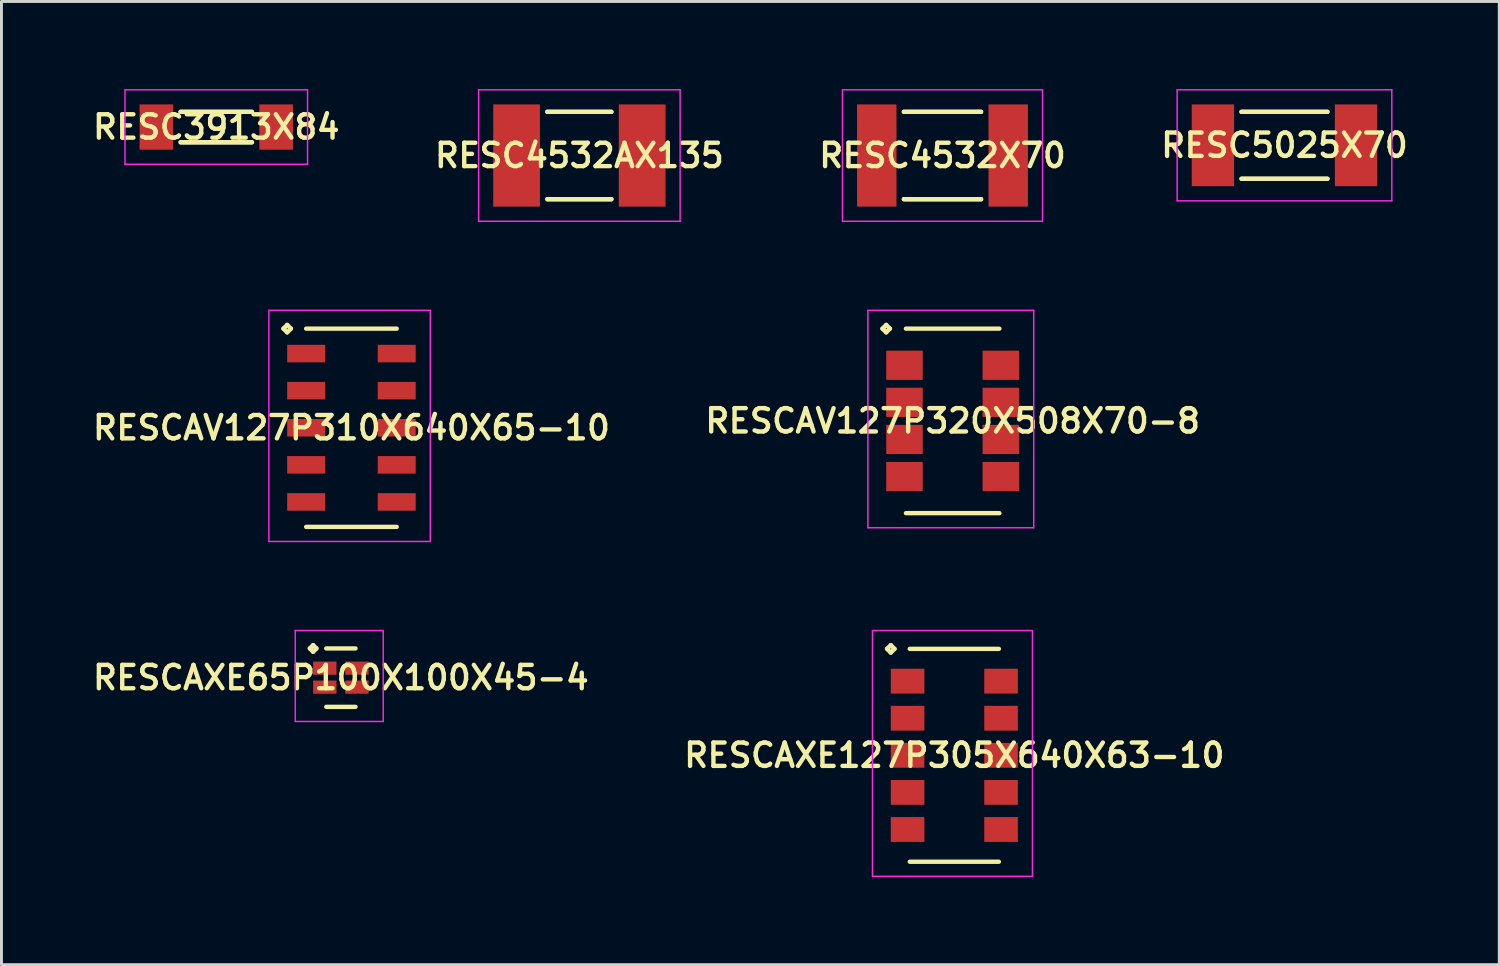
<source format=kicad_pcb>
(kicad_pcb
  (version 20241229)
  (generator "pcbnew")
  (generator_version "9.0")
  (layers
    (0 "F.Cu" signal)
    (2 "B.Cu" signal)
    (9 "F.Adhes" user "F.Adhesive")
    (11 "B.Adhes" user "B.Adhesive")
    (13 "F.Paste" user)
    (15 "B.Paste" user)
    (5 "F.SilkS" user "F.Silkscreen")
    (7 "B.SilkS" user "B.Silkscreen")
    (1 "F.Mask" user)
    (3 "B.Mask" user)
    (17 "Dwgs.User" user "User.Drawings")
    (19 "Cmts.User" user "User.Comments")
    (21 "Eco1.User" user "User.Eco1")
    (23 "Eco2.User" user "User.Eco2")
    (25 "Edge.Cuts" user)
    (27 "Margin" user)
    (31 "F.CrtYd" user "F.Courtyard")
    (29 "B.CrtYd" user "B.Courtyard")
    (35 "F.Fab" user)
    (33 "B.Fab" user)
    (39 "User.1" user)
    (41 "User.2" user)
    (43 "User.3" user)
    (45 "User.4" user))
  (footprint "RESC4532X70"
    (layer "F.Cu")
    (at 29.22 2.275)
    (property "Reference" "RESC4532X70" (at 0 0 0) (layer "F.SilkS") (effects (font (size 0.8 0.8) (thickness 0.15))))
    (attr smd)
    (fp_line (start -1.321 -1.496) (end 1.321 -1.496) (stroke (width 0.15) (type solid)) (layer "F.SilkS"))
    (fp_line (start -1.321 1.496) (end 1.321 1.496) (stroke (width 0.15) (type solid)) (layer "F.SilkS"))
    (fp_line (start 1.321 -1.496) (end -1.321 -1.496) (stroke (width 0.15) (type solid)) (layer "F.SilkS"))
    (fp_line (start 1.321 1.496) (end -1.321 1.496) (stroke (width 0.15) (type solid)) (layer "F.SilkS"))
    (fp_line (start -3.425 -2.25) (end 3.425 -2.25) (stroke (width 0.05) (type solid)) (layer "F.CrtYd"))
    (fp_line (start -3.425 2.25) (end -3.425 -2.25) (stroke (width 0.05) (type solid)) (layer "F.CrtYd"))
    (fp_line (start 3.425 -2.25) (end 3.425 2.25) (stroke (width 0.05) (type solid)) (layer "F.CrtYd"))
    (fp_line (start 3.425 2.25) (end -3.425 2.25) (stroke (width 0.05) (type solid)) (layer "F.CrtYd"))
    (pad "1" smd rect (at -2.25 0) (size 1.35 3.5) (layers "F.Cu" "F.Mask" "F.Paste"))
    (pad "2" smd rect (at 2.25 0) (size 1.35 3.5) (layers "F.Cu" "F.Mask" "F.Paste")))
  (footprint "RESCAXE127P305X640X63-10"
    (layer "F.Cu")
    (at 29.625 22.811)
    (property "Reference" "RESCAXE127P305X640X63-10" (at 0 0 0) (layer "F.SilkS") (effects (font (size 0.8 0.8) (thickness 0.15))))
    (attr smd)
    (fp_line (start -2.302 -3.644) (end -2.175 -3.771) (stroke (width 0.15) (type solid)) (layer "F.SilkS"))
    (fp_line (start -2.175 -3.771) (end -2.048 -3.644) (stroke (width 0.15) (type solid)) (layer "F.SilkS"))
    (fp_line (start -2.175 -3.517) (end -2.302 -3.644) (stroke (width 0.15) (type solid)) (layer "F.SilkS"))
    (fp_line (start -2.048 -3.644) (end -2.175 -3.517) (stroke (width 0.15) (type solid)) (layer "F.SilkS"))
    (fp_line (start -1.525 -3.644) (end 1.525 -3.644) (stroke (width 0.15) (type solid)) (layer "F.SilkS"))
    (fp_line (start -1.525 3.644) (end 1.525 3.644) (stroke (width 0.15) (type solid)) (layer "F.SilkS"))
    (fp_line (start -2.802 -4.271) (end 2.675 -4.271) (stroke (width 0.05) (type solid)) (layer "F.CrtYd"))
    (fp_line (start -2.802 4.144) (end -2.802 -4.271) (stroke (width 0.05) (type solid)) (layer "F.CrtYd"))
    (fp_line (start 2.675 -4.271) (end 2.675 4.144) (stroke (width 0.05) (type solid)) (layer "F.CrtYd"))
    (fp_line (start 2.675 4.144) (end -2.802 4.144) (stroke (width 0.05) (type solid)) (layer "F.CrtYd"))
    (pad "1" smd rect (at -1.6 -2.54) (size 1.15 0.85) (layers "F.Cu" "F.Mask" "F.Paste"))
    (pad "2" smd rect (at -1.6 -1.27) (size 1.15 0.85) (layers "F.Cu" "F.Mask" "F.Paste"))
    (pad "3" smd rect (at -1.6 0) (size 1.15 0.85) (layers "F.Cu" "F.Mask" "F.Paste"))
    (pad "4" smd rect (at -1.6 1.27) (size 1.15 0.85) (layers "F.Cu" "F.Mask" "F.Paste"))
    (pad "5" smd rect (at -1.6 2.54) (size 1.15 0.85) (layers "F.Cu" "F.Mask" "F.Paste"))
    (pad "6" smd rect (at 1.6 2.54) (size 1.15 0.85) (layers "F.Cu" "F.Mask" "F.Paste"))
    (pad "7" smd rect (at 1.6 1.27) (size 1.15 0.85) (layers "F.Cu" "F.Mask" "F.Paste"))
    (pad "8" smd rect (at 1.6 0) (size 1.15 0.85) (layers "F.Cu" "F.Mask" "F.Paste"))
    (pad "9" smd rect (at 1.6 -1.27) (size 1.15 0.85) (layers "F.Cu" "F.Mask" "F.Paste"))
    (pad "10" smd rect (at 1.6 -2.54) (size 1.15 0.85) (layers "F.Cu" "F.Mask" "F.Paste")))
  (footprint "RESC5025X70"
    (layer "F.Cu")
    (at 40.929 1.925)
    (property "Reference" "RESC5025X70" (at 0 0 0) (layer "F.SilkS") (effects (font (size 0.8 0.8) (thickness 0.15))))
    (attr smd)
    (fp_line (start -1.471 -1.146) (end 1.471 -1.146) (stroke (width 0.15) (type solid)) (layer "F.SilkS"))
    (fp_line (start -1.471 1.146) (end 1.471 1.146) (stroke (width 0.15) (type solid)) (layer "F.SilkS"))
    (fp_line (start 1.471 -1.146) (end -1.471 -1.146) (stroke (width 0.15) (type solid)) (layer "F.SilkS"))
    (fp_line (start 1.471 1.146) (end -1.471 1.146) (stroke (width 0.15) (type solid)) (layer "F.SilkS"))
    (fp_line (start -3.675 -1.9) (end 3.675 -1.9) (stroke (width 0.05) (type solid)) (layer "F.CrtYd"))
    (fp_line (start -3.675 1.9) (end -3.675 -1.9) (stroke (width 0.05) (type solid)) (layer "F.CrtYd"))
    (fp_line (start 3.675 -1.9) (end 3.675 1.9) (stroke (width 0.05) (type solid)) (layer "F.CrtYd"))
    (fp_line (start 3.675 1.9) (end -3.675 1.9) (stroke (width 0.05) (type solid)) (layer "F.CrtYd"))
    (pad "1" smd rect (at -2.45 0) (size 1.45 2.8) (layers "F.Cu" "F.Mask" "F.Paste"))
    (pad "2" smd rect (at 2.45 0) (size 1.45 2.8) (layers "F.Cu" "F.Mask" "F.Paste")))
  (footprint "RESC4532AX135"
    (layer "F.Cu")
    (at 16.787 2.275)
    (property "Reference" "RESC4532AX135" (at 0 0 0) (layer "F.SilkS") (effects (font (size 0.8 0.8) (thickness 0.15))))
    (attr smd)
    (fp_line (start -1.096 -1.496) (end 1.096 -1.496) (stroke (width 0.15) (type solid)) (layer "F.SilkS"))
    (fp_line (start -1.096 1.496) (end 1.096 1.496) (stroke (width 0.15) (type solid)) (layer "F.SilkS"))
    (fp_line (start 1.096 -1.496) (end -1.096 -1.496) (stroke (width 0.15) (type solid)) (layer "F.SilkS"))
    (fp_line (start 1.096 1.496) (end -1.096 1.496) (stroke (width 0.15) (type solid)) (layer "F.SilkS"))
    (fp_line (start -3.45 -2.25) (end 3.45 -2.25) (stroke (width 0.05) (type solid)) (layer "F.CrtYd"))
    (fp_line (start -3.45 2.25) (end -3.45 -2.25) (stroke (width 0.05) (type solid)) (layer "F.CrtYd"))
    (fp_line (start 3.45 -2.25) (end 3.45 2.25) (stroke (width 0.05) (type solid)) (layer "F.CrtYd"))
    (fp_line (start 3.45 2.25) (end -3.45 2.25) (stroke (width 0.05) (type solid)) (layer "F.CrtYd"))
    (pad "1" smd rect (at -2.15 0) (size 1.6 3.5) (layers "F.Cu" "F.Mask" "F.Paste"))
    (pad "2" smd rect (at 2.15 0) (size 1.6 3.5) (layers "F.Cu" "F.Mask" "F.Paste")))
  (footprint "RESCAV127P320X508X70-8"
    (layer "F.Cu")
    (at 29.568 11.361)
    (property "Reference" "RESCAV127P320X508X70-8" (at 0 0 0) (layer "F.SilkS") (effects (font (size 0.8 0.8) (thickness 0.15))))
    (attr smd)
    (fp_line (start -2.402 -3.159) (end -2.275 -3.286) (stroke (width 0.15) (type solid)) (layer "F.SilkS"))
    (fp_line (start -2.275 -3.286) (end -2.148 -3.159) (stroke (width 0.15) (type solid)) (layer "F.SilkS"))
    (fp_line (start -2.275 -3.032) (end -2.402 -3.159) (stroke (width 0.15) (type solid)) (layer "F.SilkS"))
    (fp_line (start -2.148 -3.159) (end -2.275 -3.032) (stroke (width 0.15) (type solid)) (layer "F.SilkS"))
    (fp_line (start -1.6 -3.159) (end 1.6 -3.159) (stroke (width 0.15) (type solid)) (layer "F.SilkS"))
    (fp_line (start -1.6 3.159) (end 1.6 3.159) (stroke (width 0.15) (type solid)) (layer "F.SilkS"))
    (fp_line (start -2.902 -3.786) (end 2.775 -3.786) (stroke (width 0.05) (type solid)) (layer "F.CrtYd"))
    (fp_line (start -2.902 3.659) (end -2.902 -3.786) (stroke (width 0.05) (type solid)) (layer "F.CrtYd"))
    (fp_line (start 2.775 -3.786) (end 2.775 3.659) (stroke (width 0.05) (type solid)) (layer "F.CrtYd"))
    (fp_line (start 2.775 3.659) (end -2.902 3.659) (stroke (width 0.05) (type solid)) (layer "F.CrtYd"))
    (pad "1" smd rect (at -1.65 -1.905) (size 1.25 1) (layers "F.Cu" "F.Mask" "F.Paste"))
    (pad "2" smd rect (at -1.65 -0.635) (size 1.25 1) (layers "F.Cu" "F.Mask" "F.Paste"))
    (pad "3" smd rect (at -1.65 0.635) (size 1.25 1) (layers "F.Cu" "F.Mask" "F.Paste"))
    (pad "4" smd rect (at -1.65 1.905) (size 1.25 1) (layers "F.Cu" "F.Mask" "F.Paste"))
    (pad "5" smd rect (at 1.65 1.905) (size 1.25 1) (layers "F.Cu" "F.Mask" "F.Paste"))
    (pad "6" smd rect (at 1.65 0.635) (size 1.25 1) (layers "F.Cu" "F.Mask" "F.Paste"))
    (pad "7" smd rect (at 1.65 -0.635) (size 1.25 1) (layers "F.Cu" "F.Mask" "F.Paste"))
    (pad "8" smd rect (at 1.65 -1.905) (size 1.25 1) (layers "F.Cu" "F.Mask" "F.Paste")))
  (footprint "RESC3913X84"
    (layer "F.Cu")
    (at 4.355 1.3)
    (property "Reference" "RESC3913X84" (at 0 0 0) (layer "F.SilkS") (effects (font (size 0.8 0.8) (thickness 0.15))))
    (attr smd)
    (fp_line (start -1.221 -0.521) (end 1.221 -0.521) (stroke (width 0.15) (type solid)) (layer "F.SilkS"))
    (fp_line (start -1.221 0.521) (end 1.221 0.521) (stroke (width 0.15) (type solid)) (layer "F.SilkS"))
    (fp_line (start 1.221 -0.521) (end -1.221 -0.521) (stroke (width 0.15) (type solid)) (layer "F.SilkS"))
    (fp_line (start 1.221 0.521) (end -1.221 0.521) (stroke (width 0.15) (type solid)) (layer "F.SilkS"))
    (fp_line (start -3.125 -1.275) (end 3.125 -1.275) (stroke (width 0.05) (type solid)) (layer "F.CrtYd"))
    (fp_line (start -3.125 1.275) (end -3.125 -1.275) (stroke (width 0.05) (type solid)) (layer "F.CrtYd"))
    (fp_line (start 3.125 -1.275) (end 3.125 1.275) (stroke (width 0.05) (type solid)) (layer "F.CrtYd"))
    (fp_line (start 3.125 1.275) (end -3.125 1.275) (stroke (width 0.05) (type solid)) (layer "F.CrtYd"))
    (pad "1" smd rect (at -2.05 0) (size 1.15 1.55) (layers "F.Cu" "F.Mask" "F.Paste"))
    (pad "2" smd rect (at 2.05 0) (size 1.15 1.55) (layers "F.Cu" "F.Mask" "F.Paste")))
  (footprint "RESCAV127P310X640X65-10"
    (layer "F.Cu")
    (at 8.983 11.596)
    (property "Reference" "RESCAV127P310X640X65-10" (at 0 0 0) (layer "F.SilkS") (effects (font (size 0.8 0.8) (thickness 0.15))))
    (attr smd)
    (fp_line (start -2.327 -3.394) (end -2.2 -3.521) (stroke (width 0.15) (type solid)) (layer "F.SilkS"))
    (fp_line (start -2.2 -3.521) (end -2.073 -3.394) (stroke (width 0.15) (type solid)) (layer "F.SilkS"))
    (fp_line (start -2.2 -3.267) (end -2.327 -3.394) (stroke (width 0.15) (type solid)) (layer "F.SilkS"))
    (fp_line (start -2.073 -3.394) (end -2.2 -3.267) (stroke (width 0.15) (type solid)) (layer "F.SilkS"))
    (fp_line (start -1.55 -3.394) (end 1.55 -3.394) (stroke (width 0.15) (type solid)) (layer "F.SilkS"))
    (fp_line (start -1.55 3.394) (end 1.55 3.394) (stroke (width 0.15) (type solid)) (layer "F.SilkS"))
    (fp_line (start -2.827 -4.021) (end 2.7 -4.021) (stroke (width 0.05) (type solid)) (layer "F.CrtYd"))
    (fp_line (start -2.827 3.894) (end -2.827 -4.021) (stroke (width 0.05) (type solid)) (layer "F.CrtYd"))
    (fp_line (start 2.7 -4.021) (end 2.7 3.894) (stroke (width 0.05) (type solid)) (layer "F.CrtYd"))
    (fp_line (start 2.7 3.894) (end -2.827 3.894) (stroke (width 0.05) (type solid)) (layer "F.CrtYd"))
    (pad "1" smd rect (at -1.55 -2.54) (size 1.3 0.6) (layers "F.Cu" "F.Mask" "F.Paste"))
    (pad "2" smd rect (at -1.55 -1.27) (size 1.3 0.6) (layers "F.Cu" "F.Mask" "F.Paste"))
    (pad "3" smd rect (at -1.55 0) (size 1.3 0.6) (layers "F.Cu" "F.Mask" "F.Paste"))
    (pad "4" smd rect (at -1.55 1.27) (size 1.3 0.6) (layers "F.Cu" "F.Mask" "F.Paste"))
    (pad "5" smd rect (at -1.55 2.54) (size 1.3 0.6) (layers "F.Cu" "F.Mask" "F.Paste"))
    (pad "6" smd rect (at 1.55 2.54) (size 1.3 0.6) (layers "F.Cu" "F.Mask" "F.Paste"))
    (pad "7" smd rect (at 1.55 1.27) (size 1.3 0.6) (layers "F.Cu" "F.Mask" "F.Paste"))
    (pad "8" smd rect (at 1.55 0) (size 1.3 0.6) (layers "F.Cu" "F.Mask" "F.Paste"))
    (pad "9" smd rect (at 1.55 -1.27) (size 1.3 0.6) (layers "F.Cu" "F.Mask" "F.Paste"))
    (pad "10" smd rect (at 1.55 -2.54) (size 1.3 0.6) (layers "F.Cu" "F.Mask" "F.Paste")))
  (footprint "RESCAXE65P100X100X45-4"
    (layer "F.Cu")
    (at 8.621 20.152)
    (property "Reference" "RESCAXE65P100X100X45-4" (at 0 0 0) (layer "F.SilkS") (effects (font (size 0.8 0.8) (thickness 0.15))))
    (attr smd)
    (fp_line (start -1.062 -1) (end -0.95 -1.113) (stroke (width 0.15) (type solid)) (layer "F.SilkS"))
    (fp_line (start -0.95 -1.113) (end -0.838 -1) (stroke (width 0.15) (type solid)) (layer "F.SilkS"))
    (fp_line (start -0.95 -0.887) (end -1.062 -1) (stroke (width 0.15) (type solid)) (layer "F.SilkS"))
    (fp_line (start -0.838 -1) (end -0.95 -0.887) (stroke (width 0.15) (type solid)) (layer "F.SilkS"))
    (fp_line (start -0.5 -1) (end 0.5 -1) (stroke (width 0.15) (type solid)) (layer "F.SilkS"))
    (fp_line (start -0.5 1) (end 0.5 1) (stroke (width 0.15) (type solid)) (layer "F.SilkS"))
    (fp_line (start -1.562 -1.613) (end 1.45 -1.613) (stroke (width 0.05) (type solid)) (layer "F.CrtYd"))
    (fp_line (start -1.562 1.5) (end -1.562 -1.613) (stroke (width 0.05) (type solid)) (layer "F.CrtYd"))
    (fp_line (start 1.45 -1.613) (end 1.45 1.5) (stroke (width 0.05) (type solid)) (layer "F.CrtYd"))
    (fp_line (start 1.45 1.5) (end -1.562 1.5) (stroke (width 0.05) (type solid)) (layer "F.CrtYd"))
    (pad "1" smd rect (at -0.55 -0.325) (size 0.8 0.45) (layers "F.Cu" "F.Mask" "F.Paste"))
    (pad "2" smd rect (at -0.55 0.325) (size 0.8 0.45) (layers "F.Cu" "F.Mask" "F.Paste"))
    (pad "3" smd rect (at 0.55 0.325) (size 0.8 0.45) (layers "F.Cu" "F.Mask" "F.Paste"))
    (pad "4" smd rect (at 0.55 -0.325) (size 0.8 0.45) (layers "F.Cu" "F.Mask" "F.Paste")))
  (gr_rect
    (start -3 -3)
    (end 48.284 29.98)
    (stroke (width 0.1) (type default))
    (fill no)
    (layer "Edge.Cuts")))
</source>
